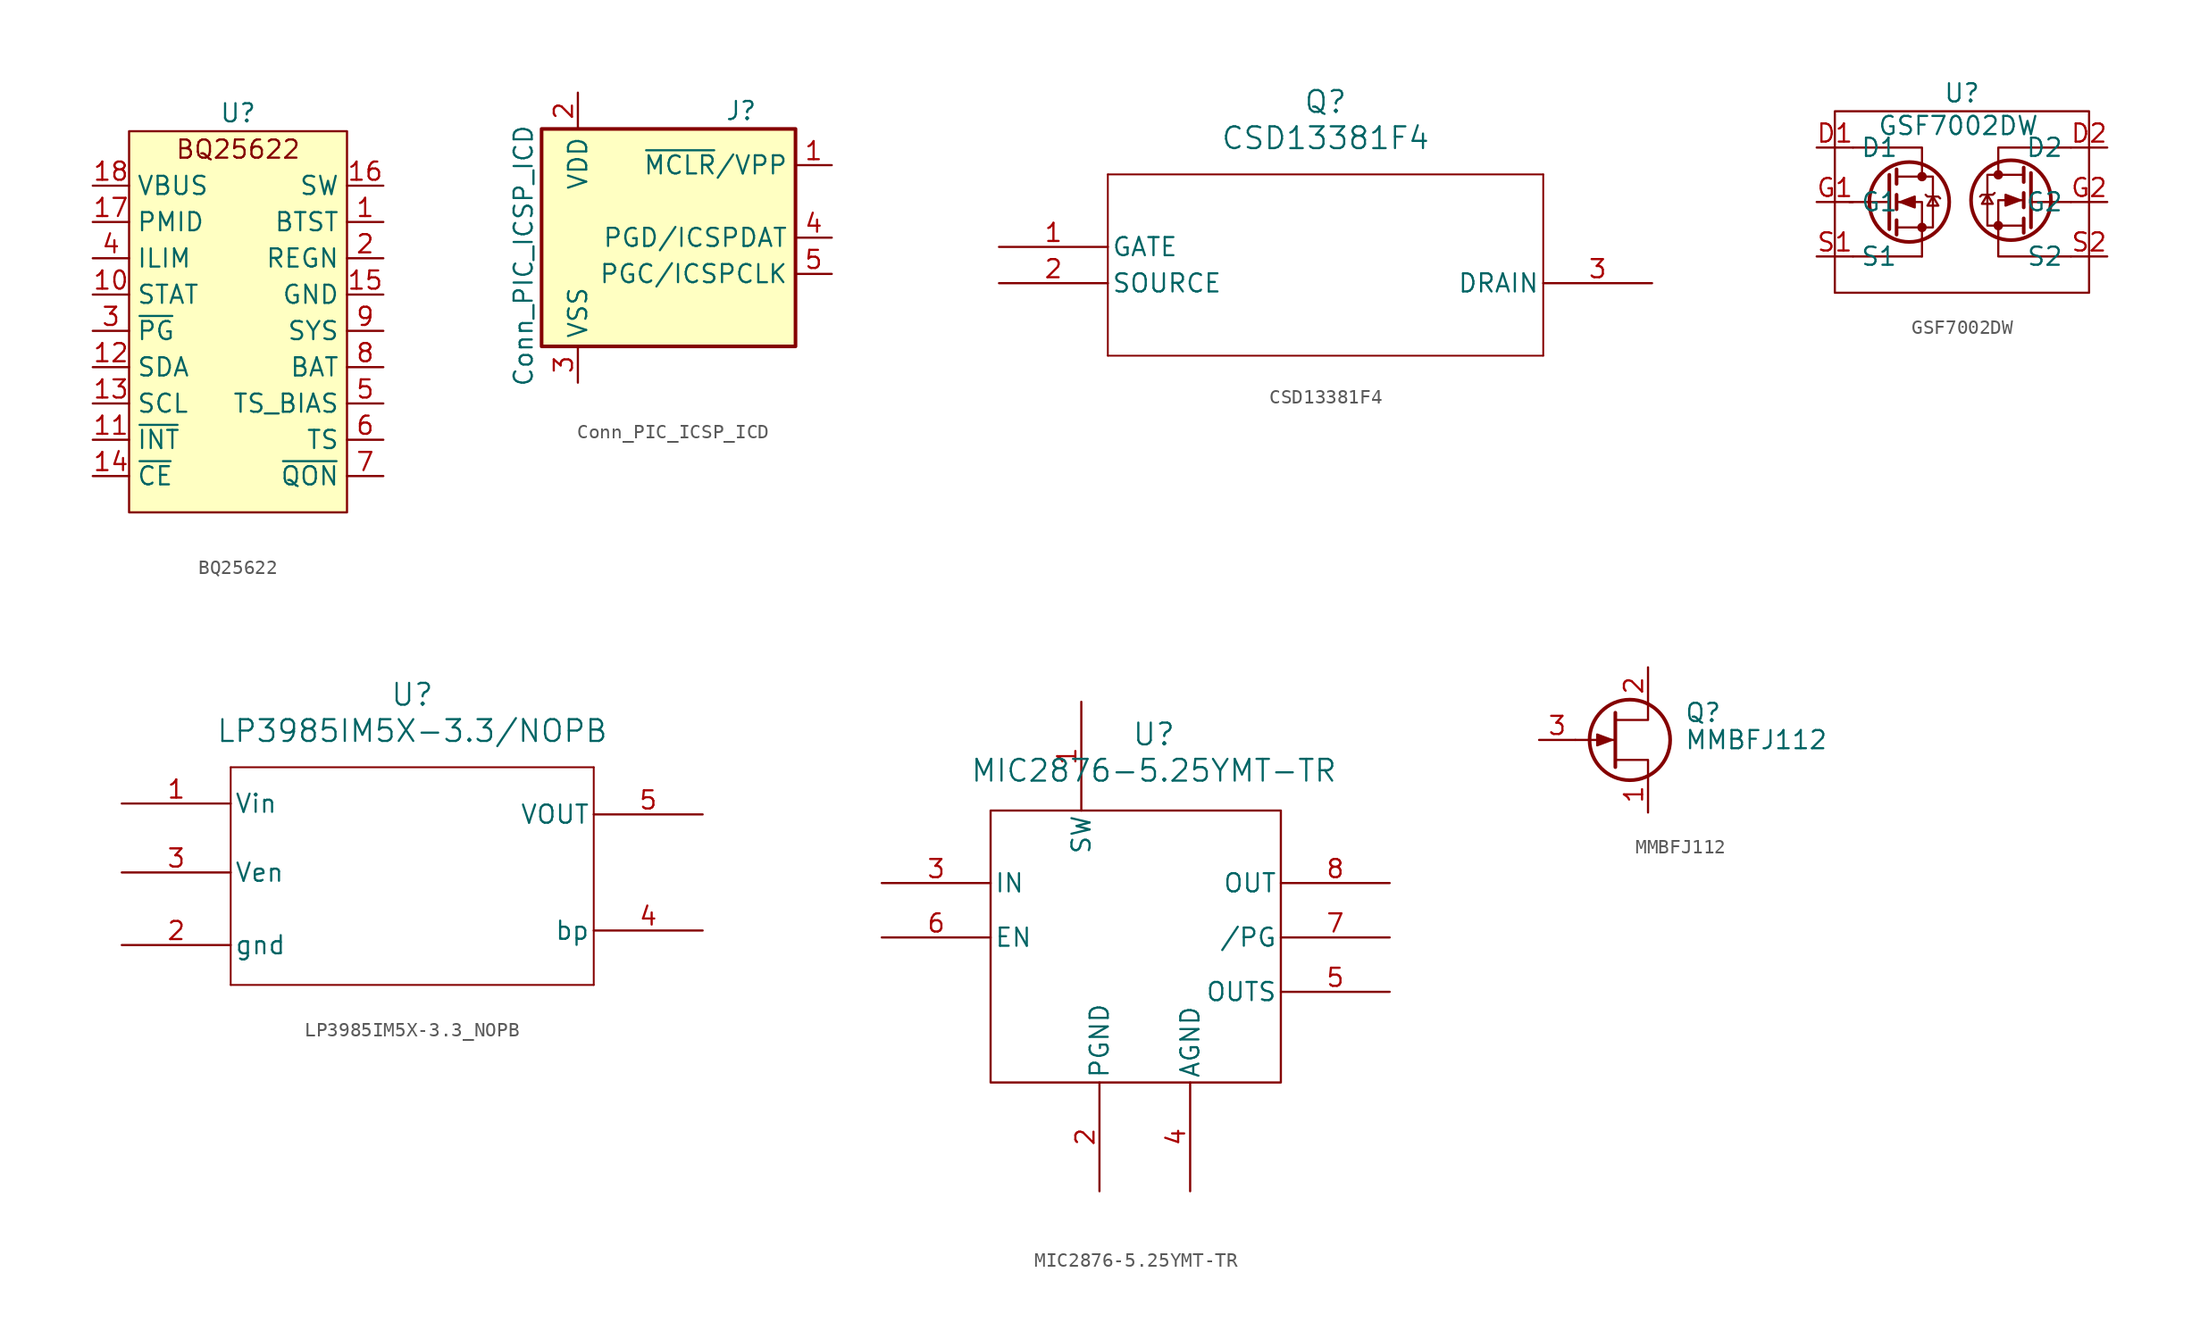
<source format=kicad_sym>
(kicad_symbol_lib
  (version 20231120)
  (generator "kicad_symbol_editor")
  (generator_version "8.0")
  (symbol "BQ25622"
    (property "Reference" "U"
      (at 0 16.51 0)
      (effects (font (size 1.27 1.27))))
    (property "Value" ""
      (at 0 0 0)
      (effects (font (size 1.27 1.27))))
    (symbol "BQ25622_1_1"
      (rectangle (start -7.62 15.24) (end 7.62 -11.43) (stroke (width 0) (type default)) (fill (type background)))
      (text "BQ25622\n" (at 0 13.97 0) (effects (font (size 1.27 1.27))))
      (pin input line (at 10.16 8.89 180) (length 2.54) (name "BTST" (effects (font (size 1.27 1.27)))) (number "1" (effects (font (size 1.27 1.27)))))
      (pin input line (at -10.16 3.81 0) (length 2.54) (name "STAT" (effects (font (size 1.27 1.27)))) (number "10" (effects (font (size 1.27 1.27)))))
      (pin input line (at -10.16 -6.35 0) (length 2.54) (name "~{INT}" (effects (font (size 1.27 1.27)))) (number "11" (effects (font (size 1.27 1.27)))))
      (pin input line (at -10.16 -1.27 0) (length 2.54) (name "SDA" (effects (font (size 1.27 1.27)))) (number "12" (effects (font (size 1.27 1.27)))))
      (pin input line (at -10.16 -3.81 0) (length 2.54) (name "SCL" (effects (font (size 1.27 1.27)))) (number "13" (effects (font (size 1.27 1.27)))))
      (pin input line (at -10.16 -8.89 0) (length 2.54) (name "~{CE}" (effects (font (size 1.27 1.27)))) (number "14" (effects (font (size 1.27 1.27)))))
      (pin passive line (at 10.16 3.81 180) (length 2.54) (name "GND" (effects (font (size 1.27 1.27)))) (number "15" (effects (font (size 1.27 1.27)))))
      (pin input line (at 10.16 11.43 180) (length 2.54) (name "SW" (effects (font (size 1.27 1.27)))) (number "16" (effects (font (size 1.27 1.27)))))
      (pin input line (at -10.16 8.89 0) (length 2.54) (name "PMID" (effects (font (size 1.27 1.27)))) (number "17" (effects (font (size 1.27 1.27)))))
      (pin power_in line (at -10.16 11.43 0) (length 2.54) (name "VBUS" (effects (font (size 1.27 1.27)))) (number "18" (effects (font (size 1.27 1.27)))))
      (pin input line (at 10.16 6.35 180) (length 2.54) (name "REGN" (effects (font (size 1.27 1.27)))) (number "2" (effects (font (size 1.27 1.27)))))
      (pin input line (at -10.16 1.27 0) (length 2.54) (name "~{PG}" (effects (font (size 1.27 1.27)))) (number "3" (effects (font (size 1.27 1.27)))))
      (pin input line (at -10.16 6.35 0) (length 2.54) (name "ILIM" (effects (font (size 1.27 1.27)))) (number "4" (effects (font (size 1.27 1.27)))))
      (pin input line (at 10.16 -3.81 180) (length 2.54) (name "TS_BIAS" (effects (font (size 1.27 1.27)))) (number "5" (effects (font (size 1.27 1.27)))))
      (pin input line (at 10.16 -6.35 180) (length 2.54) (name "TS" (effects (font (size 1.27 1.27)))) (number "6" (effects (font (size 1.27 1.27)))))
      (pin input line (at 10.16 -8.89 180) (length 2.54) (name "~{QON}" (effects (font (size 1.27 1.27)))) (number "7" (effects (font (size 1.27 1.27)))))
      (pin input line (at 10.16 -1.27 180) (length 2.54) (name "BAT" (effects (font (size 1.27 1.27)))) (number "8" (effects (font (size 1.27 1.27)))))
      (pin power_out line (at 10.16 1.27 180) (length 2.54) (name "SYS" (effects (font (size 1.27 1.27)))) (number "9" (effects (font (size 1.27 1.27)))))))
  (symbol "Conn_PIC_ICSP_ICD"
    (property "Reference" "J"
      (at 6.35 8.89 0)
      (effects (font (size 1.27 1.27))))
    (property "Value" "Conn_PIC_ICSP_ICD"
      (at -8.89 -1.27 90)
      (effects (font (size 1.27 1.27))))
    (symbol "Conn_PIC_ICSP_ICD_0_1"
      (rectangle (start -7.62 7.62) (end 10.16 -7.62) (stroke (width 0.254) (type default)) (fill (type background))))
    (symbol "Conn_PIC_ICSP_ICD_1_1"
      (pin passive line (at 12.7 5.08 180) (length 2.54) (name "~{MCLR}/VPP" (effects (font (size 1.27 1.27)))) (number "1" (effects (font (size 1.27 1.27)))))
      (pin power_out line (at -5.08 10.16 270) (length 2.54) (name "VDD" (effects (font (size 1.27 1.27)))) (number "2" (effects (font (size 1.27 1.27)))))
      (pin passive line (at -5.08 -10.16 90) (length 2.54) (name "VSS" (effects (font (size 1.27 1.27)))) (number "3" (effects (font (size 1.27 1.27)))))
      (pin bidirectional line (at 12.7 0 180) (length 2.54) (name "PGD/ICSPDAT" (effects (font (size 1.27 1.27)))) (number "4" (effects (font (size 1.27 1.27)))))
      (pin output line (at 12.7 -2.54 180) (length 2.54) (name "PGC/ICSPCLK" (effects (font (size 1.27 1.27)))) (number "5" (effects (font (size 1.27 1.27)))))))
  (symbol "CSD13381F4"
    (pin_names
      (offset 0.254))
    (property "Reference" "Q"
      (at 22.86 10.16 0)
      (effects (font (size 1.524 1.524))))
    (property "Value" "CSD13381F4"
      (at 22.86 7.62 0)
      (effects (font (size 1.524 1.524))))
    (property "ki_locked" ""
      (at 0 0 0)
      (effects (font (size 1.27 1.27))))
    (symbol "CSD13381F4_0_1"
      (polyline (pts (xy 7.62 -7.62) (xy 38.1 -7.62)) (stroke (width 0.127) (type default)) (fill (type none)))
      (polyline (pts (xy 7.62 5.08) (xy 7.62 -7.62)) (stroke (width 0.127) (type default)) (fill (type none)))
      (polyline (pts (xy 38.1 -7.62) (xy 38.1 5.08)) (stroke (width 0.127) (type default)) (fill (type none)))
      (polyline (pts (xy 38.1 5.08) (xy 7.62 5.08)) (stroke (width 0.127) (type default)) (fill (type none)))
      (pin unspecified line (at 0 0 0) (length 7.62) (name "GATE" (effects (font (size 1.27 1.27)))) (number "1" (effects (font (size 1.27 1.27)))))
      (pin unspecified line (at 0 -2.54 0) (length 7.62) (name "SOURCE" (effects (font (size 1.27 1.27)))) (number "2" (effects (font (size 1.27 1.27)))))
      (pin unspecified line (at 45.72 -2.54 180) (length 7.62) (name "DRAIN" (effects (font (size 1.27 1.27)))) (number "3" (effects (font (size 1.27 1.27)))))))
  (symbol "GSF7002DW"
    (property "Reference" "U"
      (at 0 7.62 0)
      (effects (font (size 1.27 1.27))))
    (property "Value" "GSF7002DW"
      (at -0.254 5.334 0)
      (effects (font (size 1.27 1.27))))
    (symbol "GSF7002DW_0_1"
      (rectangle (start -8.89 6.35) (end 8.89 -6.35) (stroke (width 0) (type default)) (fill (type none)))
      (circle (center -3.683 0) (radius 2.794) (stroke (width 0.254) (type default)) (fill (type none)))
      (circle (center -2.794 -1.778) (radius 0.254) (stroke (width 0) (type default)) (fill (type outline)))
      (circle (center -2.794 1.778) (radius 0.254) (stroke (width 0) (type default)) (fill (type outline)))
      (polyline (pts (xy -7.62 -3.81) (xy -2.794 -3.81)) (stroke (width 0) (type default)) (fill (type none)))
      (polyline (pts (xy -5.08 0) (xy -7.874 0)) (stroke (width 0) (type default)) (fill (type none)))
      (polyline (pts (xy -5.08 1.905) (xy -5.08 -1.905)) (stroke (width 0.254) (type default)) (fill (type none)))
      (polyline (pts (xy -4.572 -1.27) (xy -4.572 -2.286)) (stroke (width 0.254) (type default)) (fill (type none)))
      (polyline (pts (xy -4.572 0.508) (xy -4.572 -0.508)) (stroke (width 0.254) (type default)) (fill (type none)))
      (polyline (pts (xy -4.572 2.286) (xy -4.572 1.27)) (stroke (width 0.254) (type default)) (fill (type none)))
      (polyline (pts (xy -2.794 -3.81) (xy -2.794 -2.54)) (stroke (width 0) (type default)) (fill (type none)))
      (polyline (pts (xy -2.794 2.54) (xy -2.794 1.778)) (stroke (width 0) (type default)) (fill (type none)))
      (polyline (pts (xy 2.54 2.667) (xy 2.54 1.905)) (stroke (width 0) (type default)) (fill (type none)))
      (polyline (pts (xy 4.318 -1.143) (xy 4.318 -2.159)) (stroke (width 0.254) (type default)) (fill (type none)))
      (polyline (pts (xy 4.318 0.635) (xy 4.318 -0.381)) (stroke (width 0.254) (type default)) (fill (type none)))
      (polyline (pts (xy 4.318 2.413) (xy 4.318 1.397)) (stroke (width 0.254) (type default)) (fill (type none)))
      (polyline (pts (xy 4.826 0) (xy 7.62 0)) (stroke (width 0) (type default)) (fill (type none)))
      (polyline (pts (xy 4.826 2.032) (xy 4.826 -1.778)) (stroke (width 0.254) (type default)) (fill (type none)))
      (polyline (pts (xy -2.794 -2.54) (xy -2.794 0) (xy -4.572 0)) (stroke (width 0) (type default)) (fill (type none)))
      (polyline (pts (xy -2.794 2.54) (xy -2.794 3.81) (xy -7.62 3.81)) (stroke (width 0) (type default)) (fill (type none)))
      (polyline (pts (xy 2.54 -2.54) (xy 2.54 -3.81) (xy 7.62 -3.81)) (stroke (width 0) (type default)) (fill (type none)))
      (polyline (pts (xy 2.54 -2.413) (xy 2.54 0.127) (xy 4.318 0.127)) (stroke (width 0) (type default)) (fill (type none)))
      (polyline (pts (xy 2.54 2.794) (xy 2.54 3.81) (xy 7.62 3.81)) (stroke (width 0) (type default)) (fill (type none)))
      (polyline (pts (xy -4.572 -1.778) (xy -2.032 -1.778) (xy -2.032 1.778) (xy -4.572 1.778)) (stroke (width 0) (type default)) (fill (type none)))
      (polyline (pts (xy -4.318 0) (xy -3.302 0.381) (xy -3.302 -0.381) (xy -4.318 0)) (stroke (width 0) (type default)) (fill (type outline)))
      (polyline (pts (xy -2.54 0.508) (xy -2.413 0.381) (xy -1.651 0.381) (xy -1.524 0.254)) (stroke (width 0) (type default)) (fill (type none)))
      (polyline (pts (xy -2.032 0.381) (xy -2.413 -0.254) (xy -1.651 -0.254) (xy -2.032 0.381)) (stroke (width 0) (type default)) (fill (type none)))
      (polyline (pts (xy 1.778 0.508) (xy 2.159 -0.127) (xy 1.397 -0.127) (xy 1.778 0.508)) (stroke (width 0) (type default)) (fill (type none)))
      (polyline (pts (xy 2.286 0.635) (xy 2.159 0.508) (xy 1.397 0.508) (xy 1.27 0.381)) (stroke (width 0) (type default)) (fill (type none)))
      (polyline (pts (xy 4.064 0.127) (xy 3.048 0.508) (xy 3.048 -0.254) (xy 4.064 0.127)) (stroke (width 0) (type default)) (fill (type outline)))
      (polyline (pts (xy 4.318 -1.651) (xy 1.778 -1.651) (xy 1.778 1.905) (xy 4.318 1.905)) (stroke (width 0) (type default)) (fill (type none)))
      (circle (center 2.54 -1.651) (radius 0.254) (stroke (width 0) (type default)) (fill (type outline)))
      (circle (center 2.54 1.905) (radius 0.254) (stroke (width 0) (type default)) (fill (type outline)))
      (circle (center 3.429 0.127) (radius 2.794) (stroke (width 0.254) (type default)) (fill (type none))))
    (symbol "GSF7002DW_1_1"
      (pin passive line (at -10.16 3.81 0) (length 2.54) (name "D1" (effects (font (size 1.27 1.27)))) (number "D1" (effects (font (size 1.27 1.27)))))
      (pin passive line (at 10.16 3.81 180) (length 2.54) (name "D2" (effects (font (size 1.27 1.27)))) (number "D2" (effects (font (size 1.27 1.27)))))
      (pin passive line (at -10.16 0 0) (length 2.54) (name "G1" (effects (font (size 1.27 1.27)))) (number "G1" (effects (font (size 1.27 1.27)))))
      (pin passive line (at 10.16 0 180) (length 2.54) (name "G2" (effects (font (size 1.27 1.27)))) (number "G2" (effects (font (size 1.27 1.27)))))
      (pin passive line (at -10.16 -3.81 0) (length 2.54) (name "S1" (effects (font (size 1.27 1.27)))) (number "S1" (effects (font (size 1.27 1.27)))))
      (pin passive line (at 10.16 -3.81 180) (length 2.54) (name "S2" (effects (font (size 1.27 1.27)))) (number "S2" (effects (font (size 1.27 1.27)))))))
  (symbol "LP3985IM5X-3.3_NOPB"
    (pin_names
      (offset 0.254))
    (property "Reference" "U"
      (at 20.32 10.16 0)
      (effects (font (size 1.524 1.524))))
    (property "Value" "LP3985IM5X-3.3/NOPB"
      (at 20.32 7.62 0)
      (effects (font (size 1.524 1.524))))
    (symbol "LP3985IM5X-3.3_NOPB_0_1"
      (polyline (pts (xy 7.62 -10.16) (xy 33.02 -10.16)) (stroke (width 0.127) (type default)) (fill (type none)))
      (polyline (pts (xy 7.62 5.08) (xy 7.62 -10.16)) (stroke (width 0.127) (type default)) (fill (type none)))
      (polyline (pts (xy 33.02 -10.16) (xy 33.02 5.08)) (stroke (width 0.127) (type default)) (fill (type none)))
      (polyline (pts (xy 33.02 5.08) (xy 7.62 5.08)) (stroke (width 0.127) (type default)) (fill (type none)))
      (pin input line (at 0 2.54 0) (length 7.62) (name "Vin" (effects (font (size 1.27 1.27)))) (number "1" (effects (font (size 1.27 1.27)))))
      (pin passive line (at 0 -7.366 0) (length 7.62) (name "gnd" (effects (font (size 1.27 1.27)))) (number "2" (effects (font (size 1.27 1.27)))))
      (pin passive line (at 0 -2.286 0) (length 7.62) (name "Ven" (effects (font (size 1.27 1.27)))) (number "3" (effects (font (size 1.27 1.27)))))
      (pin passive line (at 40.64 -6.35 180) (length 7.62) (name "bp" (effects (font (size 1.27 1.27)))) (number "4" (effects (font (size 1.27 1.27)))))
      (pin output line (at 40.64 1.778 180) (length 7.62) (name "VOUT" (effects (font (size 1.27 1.27)))) (number "5" (effects (font (size 1.27 1.27)))))))
  (symbol "MIC2876-5.25YMT-TR"
    (pin_names
      (offset 0.254))
    (property "Reference" "U"
      (at 0 14.224 0)
      (effects (font (size 1.524 1.524))))
    (property "Value" "MIC2876-5.25YMT-TR"
      (at 0 11.684 0)
      (effects (font (size 1.524 1.524))))
    (symbol "MIC2876-5.25YMT-TR_0_1"
      (rectangle (start -11.43 8.89) (end 8.89 -10.16) (stroke (width 0) (type default)) (fill (type none)))
      (pin power_in line (at -19.05 3.81 0) (length 7.62) (name "IN" (effects (font (size 1.27 1.27)))) (number "3" (effects (font (size 1.27 1.27)))))
      (pin input line (at 16.51 -3.81 180) (length 7.62) (name "OUTS" (effects (font (size 1.27 1.27)))) (number "5" (effects (font (size 1.27 1.27)))))
      (pin input line (at -19.05 0 0) (length 7.62) (name "EN" (effects (font (size 1.27 1.27)))) (number "6" (effects (font (size 1.27 1.27)))))
      (pin output line (at 16.51 0 180) (length 7.62) (name "/PG" (effects (font (size 1.27 1.27)))) (number "7" (effects (font (size 1.27 1.27))))))
    (symbol "MIC2876-5.25YMT-TR_1_1"
      (pin passive line (at -5.08 16.51 270) (length 7.62) (name "SW" (effects (font (size 1.27 1.27)))) (number "1" (effects (font (size 1.27 1.27)))))
      (pin passive line (at -3.81 -17.78 90) (length 7.62) (name "PGND" (effects (font (size 1.27 1.27)))) (number "2" (effects (font (size 1.27 1.27)))))
      (pin passive line (at 2.54 -17.78 90) (length 7.62) (name "AGND" (effects (font (size 1.27 1.27)))) (number "4" (effects (font (size 1.27 1.27)))))
      (pin power_out line (at 16.51 3.81 180) (length 7.62) (name "OUT" (effects (font (size 1.27 1.27)))) (number "8" (effects (font (size 1.27 1.27)))))
      (pin passive line (at 2.54 -17.78 90) (length 7.62) hide (name "AGND" (effects (font (size 1.27 1.27)))) (number "9" (effects (font (size 1.27 1.27)))))))
  (symbol "MMBFJ112"
    (pin_names hide)
    (property "Reference" "Q"
      (at 5.08 1.905 0)
      (effects (font (size 1.27 1.27)) (justify left)))
    (property "Value" "MMBFJ112"
      (at 5.08 0 0)
      (effects (font (size 1.27 1.27)) (justify left)))
    (symbol "MMBFJ112_0_1"
      (polyline (pts (xy 0.254 0) (xy -2.54 0)) (stroke (width 0) (type default)) (fill (type none)))
      (polyline (pts (xy 0.254 1.905) (xy 0.254 -1.905)) (stroke (width 0.254) (type default)) (fill (type none)))
      (polyline (pts (xy 2.54 -2.54) (xy 2.54 -1.397) (xy 0.254 -1.397)) (stroke (width 0) (type default)) (fill (type none)))
      (polyline (pts (xy 2.54 2.54) (xy 2.54 1.397) (xy 0.254 1.397)) (stroke (width 0) (type default)) (fill (type none)))
      (polyline (pts (xy 0 0) (xy -1.016 0.381) (xy -1.016 -0.381) (xy 0 0)) (stroke (width 0) (type default)) (fill (type outline)))
      (circle (center 1.27 0) (radius 2.819) (stroke (width 0.254) (type default)) (fill (type none))))
    (symbol "MMBFJ112_1_1"
      (pin passive line (at 2.54 -5.08 90) (length 2.54) (name "S" (effects (font (size 1.27 1.27)))) (number "1" (effects (font (size 1.27 1.27)))))
      (pin passive line (at 2.54 5.08 270) (length 2.54) (name "D" (effects (font (size 1.27 1.27)))) (number "2" (effects (font (size 1.27 1.27)))))
      (pin input line (at -5.08 0 0) (length 2.54) (name "G" (effects (font (size 1.27 1.27)))) (number "3" (effects (font (size 1.27 1.27))))))))
</source>
